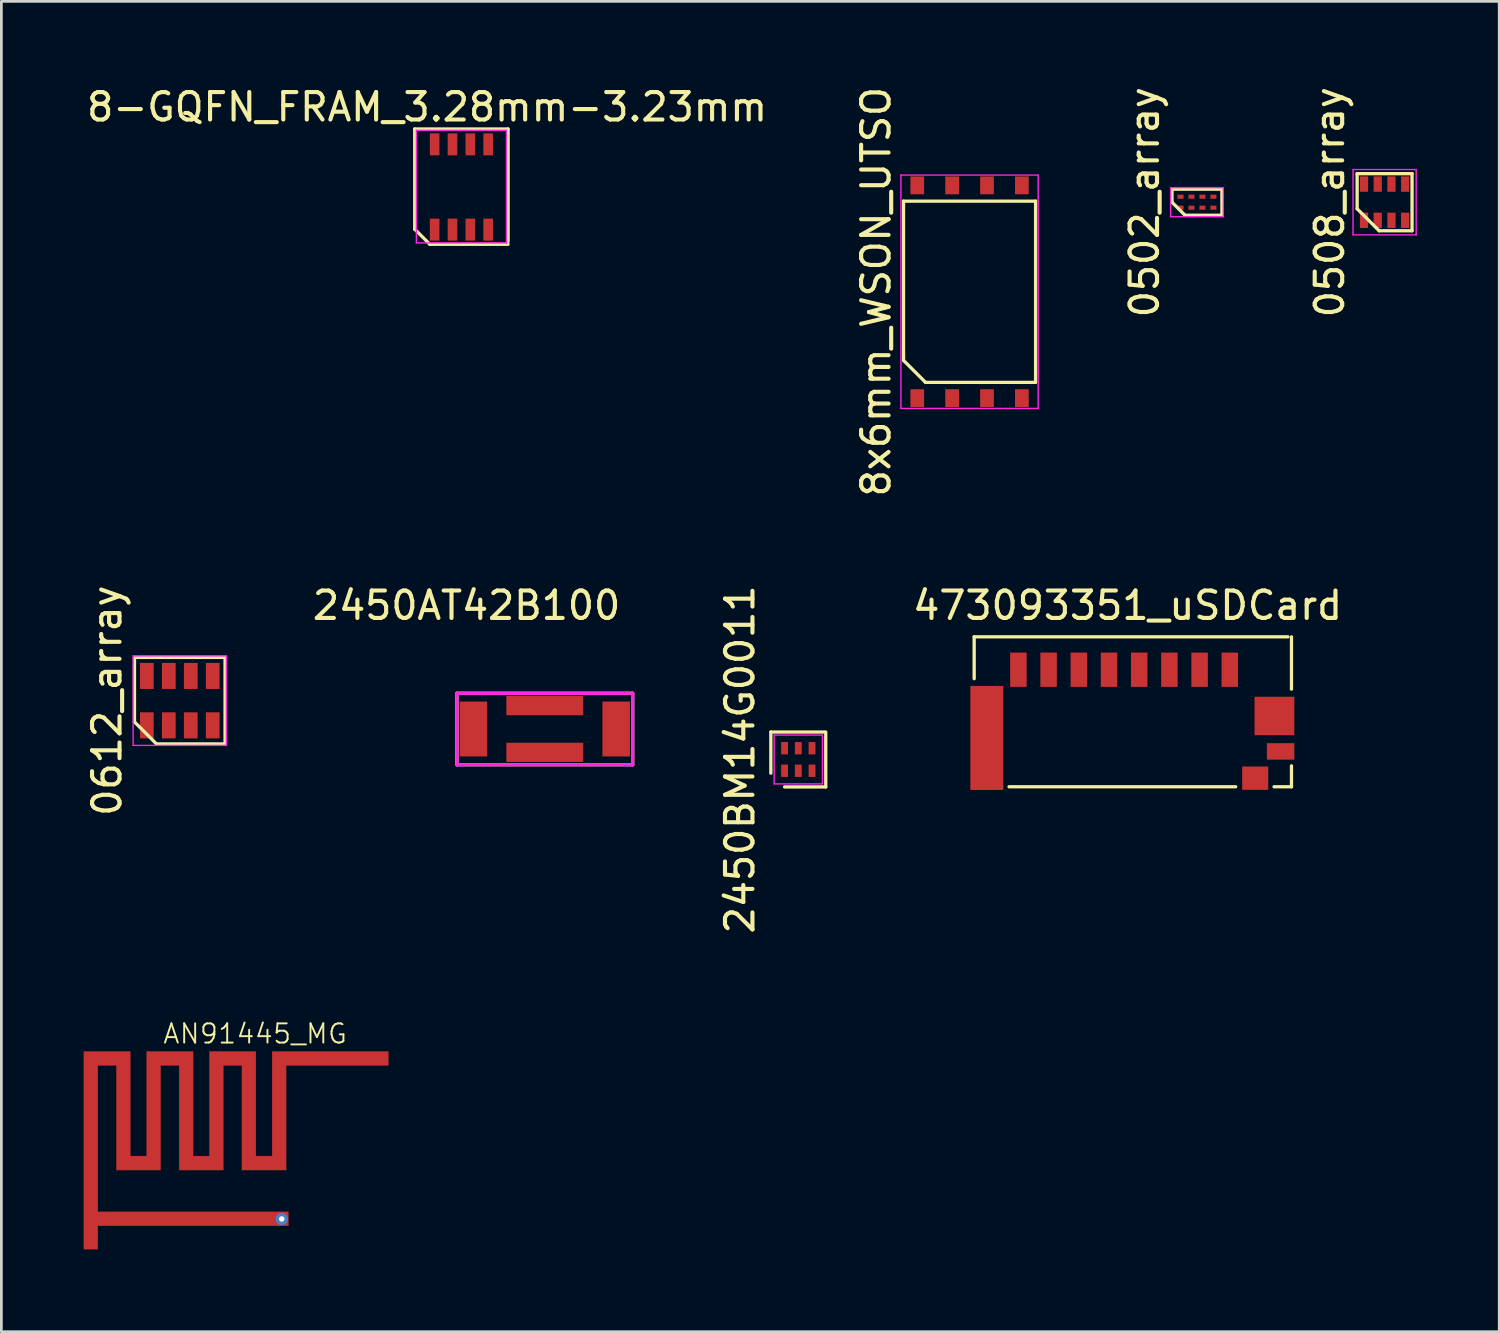
<source format=kicad_pcb>
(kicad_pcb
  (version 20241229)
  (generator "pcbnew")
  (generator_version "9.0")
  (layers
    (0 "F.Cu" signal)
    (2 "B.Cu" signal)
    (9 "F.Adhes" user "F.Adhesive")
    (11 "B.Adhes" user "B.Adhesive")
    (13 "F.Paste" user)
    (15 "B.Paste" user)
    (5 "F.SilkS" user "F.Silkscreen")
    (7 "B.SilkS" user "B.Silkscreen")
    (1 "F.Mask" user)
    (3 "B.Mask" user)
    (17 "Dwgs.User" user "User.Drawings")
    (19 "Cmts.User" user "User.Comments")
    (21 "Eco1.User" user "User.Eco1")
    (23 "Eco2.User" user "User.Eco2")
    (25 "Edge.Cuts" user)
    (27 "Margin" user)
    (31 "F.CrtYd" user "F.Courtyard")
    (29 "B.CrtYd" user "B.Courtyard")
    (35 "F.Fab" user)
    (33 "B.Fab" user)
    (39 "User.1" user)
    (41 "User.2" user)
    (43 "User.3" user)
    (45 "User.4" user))
  (footprint "0502_array"
    (layer "F.Cu")
    (at 40.548 4.315)
    (property "Reference" "0502_array" (at -1.91 0 90) (layer "F.SilkS") (effects (font (size 1 1) (thickness 0.15))))
    (attr smd)
    (fp_line (start -0.91 -0.475) (end 0.91 -0.475) (stroke (width 0.12) (type solid)) (layer "F.SilkS"))
    (fp_line (start -0.91 0) (end -0.91 -0.475) (stroke (width 0.12) (type solid)) (layer "F.SilkS"))
    (fp_line (start -0.435 0.475) (end -0.91 0) (stroke (width 0.12) (type solid)) (layer "F.SilkS"))
    (fp_line (start 0.91 -0.475) (end 0.91 0.475) (stroke (width 0.12) (type solid)) (layer "F.SilkS"))
    (fp_line (start 0.91 0.475) (end -0.435 0.475) (stroke (width 0.12) (type solid)) (layer "F.SilkS"))
    (fp_line (start -0.96 -0.53) (end 0.96 -0.53) (stroke (width 0.05) (type solid)) (layer "F.CrtYd"))
    (fp_line (start -0.96 0.53) (end -0.96 -0.53) (stroke (width 0.05) (type solid)) (layer "F.CrtYd"))
    (fp_line (start 0.96 -0.53) (end 0.96 0.53) (stroke (width 0.05) (type solid)) (layer "F.CrtYd"))
    (fp_line (start 0.96 0.53) (end -0.96 0.53) (stroke (width 0.05) (type solid)) (layer "F.CrtYd"))
    (pad "1" smd rect (at -0.6 0.2) (size 0.22 0.15) (layers "F.Cu" "F.Mask" "F.Paste"))
    (pad "2" smd rect (at -0.2 0.2) (size 0.22 0.15) (layers "F.Cu" "F.Mask" "F.Paste"))
    (pad "3" smd rect (at 0.2 0.2) (size 0.22 0.15) (layers "F.Cu" "F.Mask" "F.Paste"))
    (pad "4" smd rect (at 0.6 0.2) (size 0.22 0.15) (layers "F.Cu" "F.Mask" "F.Paste"))
    (pad "5" smd rect (at 0.6 -0.2) (size 0.22 0.15) (layers "F.Cu" "F.Mask" "F.Paste"))
    (pad "6" smd rect (at 0.2 -0.2) (size 0.22 0.15) (layers "F.Cu" "F.Mask" "F.Paste"))
    (pad "7" smd rect (at -0.2 -0.2) (size 0.22 0.15) (layers "F.Cu" "F.Mask" "F.Paste"))
    (pad "8" smd rect (at -0.6 -0.2) (size 0.22 0.15) (layers "F.Cu" "F.Mask" "F.Paste")))
  (footprint "0612_array"
    (layer "F.Cu")
    (at 3.498 22.47)
    (property "Reference" "0612_array" (at -2.65 0 90) (layer "F.SilkS") (effects (font (size 1 1) (thickness 0.15))))
    (attr smd)
    (fp_line (start -1.65 -1.575) (end 1.65 -1.575) (stroke (width 0.12) (type solid)) (layer "F.SilkS"))
    (fp_line (start -1.65 0.775) (end -1.65 -1.575) (stroke (width 0.12) (type solid)) (layer "F.SilkS"))
    (fp_line (start -0.85 1.575) (end -1.65 0.775) (stroke (width 0.12) (type solid)) (layer "F.SilkS"))
    (fp_line (start 1.65 -1.575) (end 1.65 1.575) (stroke (width 0.12) (type solid)) (layer "F.SilkS"))
    (fp_line (start 1.65 1.575) (end -0.85 1.575) (stroke (width 0.12) (type solid)) (layer "F.SilkS"))
    (fp_line (start -1.7 -1.63) (end 1.7 -1.63) (stroke (width 0.05) (type solid)) (layer "F.CrtYd"))
    (fp_line (start -1.7 1.63) (end -1.7 -1.63) (stroke (width 0.05) (type solid)) (layer "F.CrtYd"))
    (fp_line (start 1.7 -1.63) (end 1.7 1.63) (stroke (width 0.05) (type solid)) (layer "F.CrtYd"))
    (fp_line (start 1.7 1.63) (end -1.7 1.63) (stroke (width 0.05) (type solid)) (layer "F.CrtYd"))
    (pad "1" smd rect (at -1.2 0.9) (size 0.5 0.95) (layers "F.Cu" "F.Mask" "F.Paste"))
    (pad "2" smd rect (at -0.4 0.9) (size 0.5 0.95) (layers "F.Cu" "F.Mask" "F.Paste"))
    (pad "3" smd rect (at 0.4 0.9) (size 0.5 0.95) (layers "F.Cu" "F.Mask" "F.Paste"))
    (pad "4" smd rect (at 1.2 0.9) (size 0.5 0.95) (layers "F.Cu" "F.Mask" "F.Paste"))
    (pad "5" smd rect (at 1.2 -0.9) (size 0.5 0.95) (layers "F.Cu" "F.Mask" "F.Paste"))
    (pad "6" smd rect (at 0.4 -0.9) (size 0.5 0.95) (layers "F.Cu" "F.Mask" "F.Paste"))
    (pad "7" smd rect (at -0.4 -0.9) (size 0.5 0.95) (layers "F.Cu" "F.Mask" "F.Paste"))
    (pad "8" smd rect (at -1.2 -0.9) (size 0.5 0.95) (layers "F.Cu" "F.Mask" "F.Paste")))
  (footprint "473093351_uSDCard"
    (layer "F.Cu")
    (at 37.894 20.019)
    (property "Reference" "473093351_uSDCard" (at 0.127 -1.016 0) (layer "F.SilkS") (effects (font (size 1 1) (thickness 0.15))))
    (attr through_hole)
    (fp_line (start -5.461 0.127) (end -5.461 1.651) (stroke (width 0.12) (type solid)) (layer "F.SilkS"))
    (fp_line (start -5.461 0.127) (end 5.969 0.127) (stroke (width 0.12) (type solid)) (layer "F.SilkS"))
    (fp_line (start 4.064 5.588) (end -4.191 5.588) (stroke (width 0.12) (type solid)) (layer "F.SilkS"))
    (fp_line (start 6.096 0.127) (end 6.096 2.032) (stroke (width 0.12) (type solid)) (layer "F.SilkS"))
    (fp_line (start 6.096 4.826) (end 6.096 5.588) (stroke (width 0.12) (type solid)) (layer "F.SilkS"))
    (fp_line (start 6.096 5.588) (end 5.461 5.588) (stroke (width 0.12) (type solid)) (layer "F.SilkS"))
    (pad "1" smd rect (at 3.85 1.325) (size 0.6 1.25) (layers "F.Cu" "F.Mask" "F.Paste"))
    (pad "2" smd rect (at 2.75 1.325) (size 0.6 1.25) (layers "F.Cu" "F.Mask" "F.Paste"))
    (pad "3" smd rect (at 1.65 1.325) (size 0.6 1.25) (layers "F.Cu" "F.Mask" "F.Paste"))
    (pad "4" smd rect (at 0.55 1.325) (size 0.6 1.25) (layers "F.Cu" "F.Mask" "F.Paste"))
    (pad "5" smd rect (at -0.55 1.325) (size 0.6 1.25) (layers "F.Cu" "F.Mask" "F.Paste"))
    (pad "6" smd rect (at -1.65 1.325) (size 0.6 1.25) (layers "F.Cu" "F.Mask" "F.Paste"))
    (pad "7" smd rect (at -2.75 1.325) (size 0.6 1.25) (layers "F.Cu" "F.Mask" "F.Paste"))
    (pad "8" smd rect (at -3.85 1.325) (size 0.6 1.25) (layers "F.Cu" "F.Mask" "F.Paste"))
    (pad "G1" smd rect (at -5 3.81) (size 1.2 3.79) (layers "F.Cu" "F.Mask" "F.Paste"))
    (pad "G2" smd rect (at 5.475 3.01) (size 1.45 1.4) (layers "F.Cu" "F.Mask" "F.Paste"))
    (pad "G3" smd rect (at 5.7 4.3) (size 1 0.6) (layers "F.Cu" "F.Mask" "F.Paste"))
    (pad "G4" smd rect (at 4.775 5.275) (size 0.95 0.85) (layers "F.Cu" "F.Mask" "F.Paste")))
  (footprint "AN91445_MG"
    (layer "F.Cu")
    (at 4.492 40.329)
    (property "Reference" "AN91445_MG" (at 1.75 -5.725 0) (layer "F.SilkS") (effects (font (size 0.7 0.7) (thickness 0.07))))
    (attr through_hole)
    (fp_poly (pts (xy -2.794 -1.27) (xy -2.201 -1.27) (xy -2.201 -5.08) (xy -0.508 -5.08) (xy -0.508 -1.27) (xy 0.085 -1.27) (xy 0.085 -5.08) (xy 1.778 -5.08) (xy 1.778 -1.27) (xy 2.371 -1.27) (xy 2.371 -5.08) (xy 6.604 -5.08) (xy 6.604 -4.572) (xy 2.879 -4.572) (xy 2.879 -0.762) (xy 1.27 -0.762) (xy 1.27 -4.572) (xy 0.593 -4.572) (xy 0.593 -0.762) (xy -1.016 -0.762) (xy -1.016 -4.572) (xy -1.693 -4.572) (xy -1.693 -0.762) (xy -3.302 -0.762) (xy -3.302 -4.572) (xy -3.979 -4.572) (xy -3.979 0.762) (xy 2.963 0.762) (xy 2.963 1.27) (xy -3.979 1.27) (xy -3.98 2.12) (xy -4.487 2.121) (xy -4.487 -5.08) (xy -2.794 -5.08) (xy -2.794 -1.27)) (stroke (width 0.01) (type solid)) (fill yes) (layer "F.Cu"))
    (pad "1" smd circle (at -4.23 1.97) (size 0.25 0.25) (layers "F.Cu" "F.Paste"))
    (pad "2" thru_hole circle (at 2.72 1.02) (size 0.45 0.45) (drill 0.2) (layers "*.Cu" "*.Mask")))
  (footprint "2450AT42B100"
    (layer "F.Cu")
    (at 16.793 23.503)
    (property "Reference" "2450AT42B100" (at -2.85 -4.5 0) (layer "F.SilkS") (effects (font (size 1 1) (thickness 0.15))))
    (attr through_hole)
    (fp_line (start -3.2 -1.3) (end -3.2 1.3) (stroke (width 0.12) (type solid)) (layer "F.SilkS"))
    (fp_line (start -3.2 1.3) (end 3.2 1.3) (stroke (width 0.12) (type solid)) (layer "F.SilkS"))
    (fp_line (start 3.2 -1.3) (end -3.2 -1.3) (stroke (width 0.12) (type solid)) (layer "F.SilkS"))
    (fp_line (start 3.2 1.3) (end 3.2 -1.3) (stroke (width 0.12) (type solid)) (layer "F.SilkS"))
    (fp_line (start -3.2 -1.3) (end -3.2 1.3) (stroke (width 0.12) (type solid)) (layer "F.CrtYd"))
    (fp_line (start -3.2 1.3) (end 3.2 1.3) (stroke (width 0.12) (type solid)) (layer "F.CrtYd"))
    (fp_line (start 3.2 -1.3) (end -3.2 -1.3) (stroke (width 0.12) (type solid)) (layer "F.CrtYd"))
    (fp_line (start 3.2 1.3) (end 3.2 -1.3) (stroke (width 0.12) (type solid)) (layer "F.CrtYd"))
    (pad "1" smd rect (at 2.6 0) (size 1 2) (layers "F.Cu" "F.Mask" "F.Paste"))
    (pad "2" smd rect (at -2.6 0) (size 1 2) (layers "F.Cu" "F.Mask" "F.Paste"))
    (pad "3" smd rect (at 0 -0.85) (size 2.8 0.7) (layers "F.Cu" "F.Mask" "F.Paste"))
    (pad "4" smd rect (at 0 0.85) (size 2.8 0.7) (layers "F.Cu" "F.Mask" "F.Paste")))
  (footprint "2450BM14G0011"
    (layer "F.Cu")
    (at 26.027 24.613)
    (property "Reference" "2450BM14G0011" (at -2.125 0 90) (layer "F.SilkS") (effects (font (size 1 1) (thickness 0.15))))
    (attr smd)
    (fp_line (start -1 -1) (end 0.95 -1) (stroke (width 0.12) (type solid)) (layer "F.SilkS"))
    (fp_line (start -1 0.5) (end -1 -1) (stroke (width 0.12) (type solid)) (layer "F.SilkS"))
    (fp_line (start 1 -1) (end 1 1) (stroke (width 0.12) (type solid)) (layer "F.SilkS"))
    (fp_line (start 1 1) (end -0.5 1) (stroke (width 0.12) (type solid)) (layer "F.SilkS"))
    (fp_line (start -0.88 -0.89) (end 0.88 -0.89) (stroke (width 0.05) (type solid)) (layer "F.CrtYd"))
    (fp_line (start -0.88 0.89) (end -0.88 -0.89) (stroke (width 0.05) (type solid)) (layer "F.CrtYd"))
    (fp_line (start 0.88 -0.89) (end 0.88 0.89) (stroke (width 0.05) (type solid)) (layer "F.CrtYd"))
    (fp_line (start 0.88 0.89) (end -0.88 0.89) (stroke (width 0.05) (type solid)) (layer "F.CrtYd"))
    (pad "1" smd rect (at -0.5 0.41) (size 0.25 0.45) (layers "F.Cu" "F.Mask" "F.Paste"))
    (pad "2" smd rect (at 0 0.41) (size 0.25 0.45) (layers "F.Cu" "F.Mask" "F.Paste"))
    (pad "3" smd rect (at 0.5 0.41) (size 0.25 0.45) (layers "F.Cu" "F.Mask" "F.Paste"))
    (pad "4" smd rect (at 0.5 -0.41) (size 0.25 0.45) (layers "F.Cu" "F.Mask" "F.Paste"))
    (pad "5" smd rect (at 0 -0.41) (size 0.25 0.45) (layers "F.Cu" "F.Mask" "F.Paste"))
    (pad "6" smd rect (at -0.5 -0.41) (size 0.25 0.45) (layers "F.Cu" "F.Mask" "F.Paste")))
  (footprint "0508_array"
    (layer "F.Cu")
    (at 47.382 4.315)
    (property "Reference" "0508_array" (at -2 0 90) (layer "F.SilkS") (effects (font (size 1 1) (thickness 0.15))))
    (attr smd)
    (fp_line (start -1 -1.04) (end 1 -1.04) (stroke (width 0.12) (type solid)) (layer "F.SilkS"))
    (fp_line (start -1 0.24) (end -1 -1.04) (stroke (width 0.12) (type solid)) (layer "F.SilkS"))
    (fp_line (start -0.2 1.04) (end -1 0.24) (stroke (width 0.12) (type solid)) (layer "F.SilkS"))
    (fp_line (start 1 -1.04) (end 1 1.04) (stroke (width 0.12) (type solid)) (layer "F.SilkS"))
    (fp_line (start 1 1.04) (end -0.2 1.04) (stroke (width 0.12) (type solid)) (layer "F.SilkS"))
    (fp_line (start -1.15 -1.19) (end 1.15 -1.19) (stroke (width 0.05) (type solid)) (layer "F.CrtYd"))
    (fp_line (start -1.15 1.19) (end -1.15 -1.19) (stroke (width 0.05) (type solid)) (layer "F.CrtYd"))
    (fp_line (start 1.15 -1.19) (end 1.15 1.19) (stroke (width 0.05) (type solid)) (layer "F.CrtYd"))
    (fp_line (start 1.15 1.19) (end -1.15 1.19) (stroke (width 0.05) (type solid)) (layer "F.CrtYd"))
    (pad "1" smd rect (at -0.75 0.66) (size 0.3 0.56) (layers "F.Cu" "F.Mask" "F.Paste"))
    (pad "2" smd rect (at -0.25 0.66) (size 0.3 0.56) (layers "F.Cu" "F.Mask" "F.Paste"))
    (pad "3" smd rect (at 0.25 0.66) (size 0.3 0.56) (layers "F.Cu" "F.Mask" "F.Paste"))
    (pad "4" smd rect (at 0.75 0.66) (size 0.3 0.56) (layers "F.Cu" "F.Mask" "F.Paste"))
    (pad "5" smd rect (at 0.75 -0.66) (size 0.3 0.56) (layers "F.Cu" "F.Mask" "F.Paste"))
    (pad "6" smd rect (at 0.25 -0.66) (size 0.3 0.56) (layers "F.Cu" "F.Mask" "F.Paste"))
    (pad "7" smd rect (at -0.25 -0.66) (size 0.3 0.56) (layers "F.Cu" "F.Mask" "F.Paste"))
    (pad "8" smd rect (at -0.75 -0.66) (size 0.3 0.56) (layers "F.Cu" "F.Mask" "F.Paste")))
  (footprint "8x6mm_WSON_UTSO"
    (layer "F.Cu")
    (at 32.265 7.577)
    (property "Reference" "8x6mm_WSON_UTSO" (at -3.405 0 90) (layer "F.SilkS") (effects (font (size 1 1) (thickness 0.15))))
    (attr smd)
    (fp_line (start -2.405 -3.3) (end 2.405 -3.3) (stroke (width 0.12) (type solid)) (layer "F.SilkS"))
    (fp_line (start -2.405 2.5) (end -2.405 -3.3) (stroke (width 0.12) (type solid)) (layer "F.SilkS"))
    (fp_line (start -1.605 3.3) (end -2.405 2.5) (stroke (width 0.12) (type solid)) (layer "F.SilkS"))
    (fp_line (start 2.405 -3.3) (end 2.405 3.3) (stroke (width 0.12) (type solid)) (layer "F.SilkS"))
    (fp_line (start 2.405 3.3) (end -1.605 3.3) (stroke (width 0.12) (type solid)) (layer "F.SilkS"))
    (fp_line (start -2.5 -4.25) (end 2.5 -4.25) (stroke (width 0.05) (type solid)) (layer "F.CrtYd"))
    (fp_line (start -2.5 4.25) (end -2.5 -4.25) (stroke (width 0.05) (type solid)) (layer "F.CrtYd"))
    (fp_line (start 2.5 -4.25) (end 2.5 4.25) (stroke (width 0.05) (type solid)) (layer "F.CrtYd"))
    (fp_line (start 2.5 4.25) (end -2.5 4.25) (stroke (width 0.05) (type solid)) (layer "F.CrtYd"))
    (pad "1" smd rect (at -1.905 3.875) (size 0.5 0.65) (layers "F.Cu" "F.Mask" "F.Paste"))
    (pad "2" smd rect (at -0.635 3.875) (size 0.5 0.65) (layers "F.Cu" "F.Mask" "F.Paste"))
    (pad "3" smd rect (at 0.635 3.875) (size 0.5 0.65) (layers "F.Cu" "F.Mask" "F.Paste"))
    (pad "4" smd rect (at 1.905 3.875) (size 0.5 0.65) (layers "F.Cu" "F.Mask" "F.Paste"))
    (pad "5" smd rect (at 1.905 -3.875) (size 0.5 0.65) (layers "F.Cu" "F.Mask" "F.Paste"))
    (pad "6" smd rect (at 0.635 -3.875) (size 0.5 0.65) (layers "F.Cu" "F.Mask" "F.Paste"))
    (pad "7" smd rect (at -0.635 -3.875) (size 0.5 0.65) (layers "F.Cu" "F.Mask" "F.Paste"))
    (pad "8" smd rect (at -1.905 -3.875) (size 0.5 0.65) (layers "F.Cu" "F.Mask" "F.Paste")))
  (footprint "8-GQFN_FRAM_3.28mm-3.23mm"
    (layer "F.Cu")
    (at 13.756 3.848)
    (property "Reference" "8-GQFN_FRAM_3.28mm-3.23mm" (at -1.25 -3 180) (layer "F.SilkS") (effects (font (size 1 1) (thickness 0.15))))
    (attr smd)
    (fp_line (start -1.7 -2.2) (end 1.7 -2.2) (stroke (width 0.12) (type solid)) (layer "F.SilkS"))
    (fp_line (start -1.7 1.45) (end -1.7 -2.2) (stroke (width 0.12) (type solid)) (layer "F.SilkS"))
    (fp_line (start -1.15 2) (end -1.7 1.45) (stroke (width 0.12) (type solid)) (layer "F.SilkS"))
    (fp_line (start 1.7 -2.2) (end 1.7 1.9) (stroke (width 0.12) (type solid)) (layer "F.SilkS"))
    (fp_line (start 1.7 2) (end -1.15 2) (stroke (width 0.12) (type solid)) (layer "F.SilkS"))
    (fp_line (start -1.64 -2.15) (end 1.64 -2.15) (stroke (width 0.05) (type solid)) (layer "F.CrtYd"))
    (fp_line (start -1.64 1.95) (end -1.64 -2.15) (stroke (width 0.05) (type solid)) (layer "F.CrtYd"))
    (fp_line (start 1.64 -2.15) (end 1.64 1.95) (stroke (width 0.05) (type solid)) (layer "F.CrtYd"))
    (fp_line (start 1.64 1.95) (end -1.64 1.95) (stroke (width 0.05) (type solid)) (layer "F.CrtYd"))
    (pad "1" smd rect (at -0.975 1.465) (size 0.35 0.8) (layers "F.Cu" "F.Mask" "F.Paste"))
    (pad "2" smd rect (at -0.325 1.465) (size 0.35 0.8) (layers "F.Cu" "F.Mask" "F.Paste"))
    (pad "3" smd rect (at 0.325 1.465) (size 0.35 0.8) (layers "F.Cu" "F.Mask" "F.Paste"))
    (pad "4" smd rect (at 0.975 1.465) (size 0.35 0.8) (layers "F.Cu" "F.Mask" "F.Paste"))
    (pad "5" smd rect (at 0.975 -1.64) (size 0.35 0.8) (layers "F.Cu" "F.Mask" "F.Paste"))
    (pad "6" smd rect (at 0.325 -1.64) (size 0.35 0.8) (layers "F.Cu" "F.Mask" "F.Paste"))
    (pad "7" smd rect (at -0.325 -1.64) (size 0.35 0.8) (layers "F.Cu" "F.Mask" "F.Paste"))
    (pad "8" smd rect (at -0.975 -1.64) (size 0.35 0.8) (layers "F.Cu" "F.Mask" "F.Paste")))
  (gr_rect
    (start -3 -3)
    (end 51.557 45.455)
    (stroke (width 0.1) (type default))
    (fill no)
    (layer "Edge.Cuts")))
</source>
